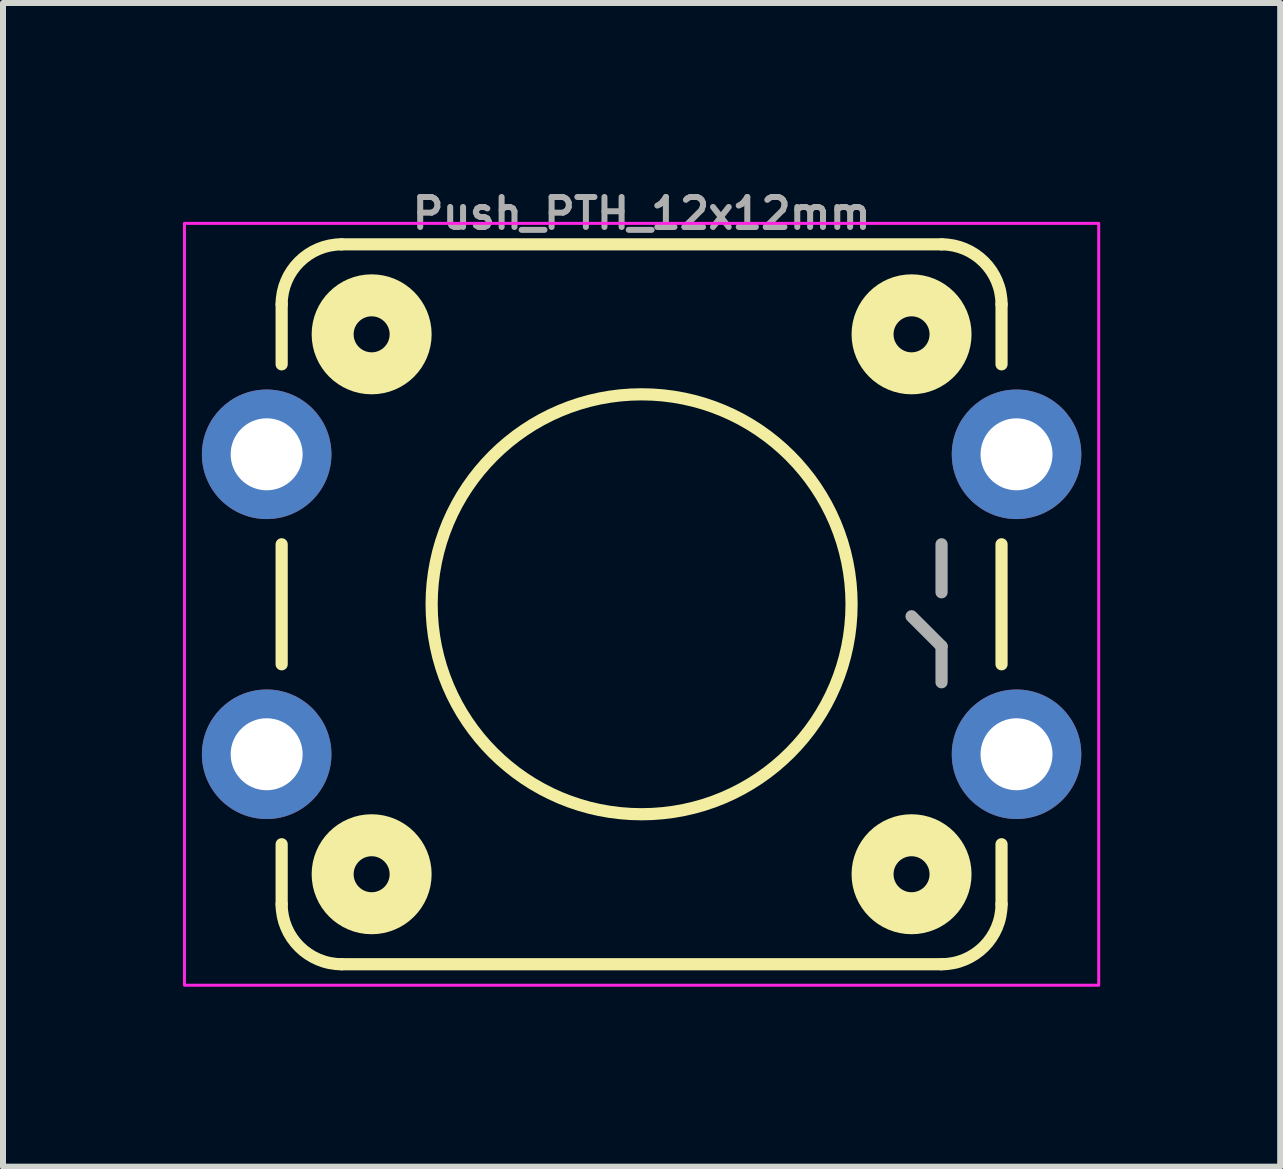
<source format=kicad_pcb>
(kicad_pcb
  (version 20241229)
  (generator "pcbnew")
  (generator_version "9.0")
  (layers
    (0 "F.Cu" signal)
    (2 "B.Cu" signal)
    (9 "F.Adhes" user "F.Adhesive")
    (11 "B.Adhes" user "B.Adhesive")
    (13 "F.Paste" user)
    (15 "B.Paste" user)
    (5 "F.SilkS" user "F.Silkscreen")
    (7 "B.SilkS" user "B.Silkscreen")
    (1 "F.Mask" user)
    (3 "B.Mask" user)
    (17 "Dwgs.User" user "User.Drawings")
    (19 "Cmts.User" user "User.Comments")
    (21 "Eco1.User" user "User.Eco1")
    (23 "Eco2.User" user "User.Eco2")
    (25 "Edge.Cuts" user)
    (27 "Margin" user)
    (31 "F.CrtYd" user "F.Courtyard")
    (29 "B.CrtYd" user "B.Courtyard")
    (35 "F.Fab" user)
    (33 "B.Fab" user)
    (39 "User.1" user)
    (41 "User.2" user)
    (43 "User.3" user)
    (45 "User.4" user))
  (footprint "Push_PTH_12x12mm"
    (layer "F.Cu")
    (at 7.645 7.023)
    (property "Reference" "Push_PTH_12x12mm" (at 0 -6.223 0) (layer "F.Fab") (effects (font (size 0.5 0.5) (thickness 0.1)) (justify bottom)))
    (attr through_hole)
    (fp_line (start -6 -4) (end -6 -5) (stroke (width 0.203) (type solid)) (layer "F.SilkS"))
    (fp_line (start -6 1) (end -6 -1) (stroke (width 0.203) (type solid)) (layer "F.SilkS"))
    (fp_line (start -6 5) (end -6 4) (stroke (width 0.203) (type solid)) (layer "F.SilkS"))
    (fp_line (start -5 -6) (end 5 -6) (stroke (width 0.203) (type solid)) (layer "F.SilkS"))
    (fp_line (start 5 6) (end -5 6) (stroke (width 0.203) (type solid)) (layer "F.SilkS"))
    (fp_line (start 6 -5) (end 6 -4) (stroke (width 0.203) (type solid)) (layer "F.SilkS"))
    (fp_line (start 6 -1) (end 6 1) (stroke (width 0.203) (type solid)) (layer "F.SilkS"))
    (fp_line (start 6 4) (end 6 5) (stroke (width 0.203) (type solid)) (layer "F.SilkS"))
    (fp_arc (start -6 -5) (mid -5.707107 -5.707107) (end -5 -6) (stroke (width 0.2032) (type solid)) (layer "F.SilkS"))
    (fp_arc (start -5 6) (mid -5.707107 5.707107) (end -6 5) (stroke (width 0.2032) (type solid)) (layer "F.SilkS"))
    (fp_arc (start 5 -6) (mid 5.707107 -5.707107) (end 6 -5) (stroke (width 0.2032) (type solid)) (layer "F.SilkS"))
    (fp_arc (start 6 5) (mid 5.707107 5.707107) (end 5 6) (stroke (width 0.2032) (type solid)) (layer "F.SilkS"))
    (fp_circle (center -4.5 -4.5) (end -4.2 -4.5) (stroke (width 0.7) (type solid)) (fill no) (layer "F.SilkS"))
    (fp_circle (center -4.5 4.5) (end -4.2 4.5) (stroke (width 0.7) (type solid)) (fill no) (layer "F.SilkS"))
    (fp_circle (center 0 0) (end 3.5 0) (stroke (width 0.203) (type solid)) (fill no) (layer "F.SilkS"))
    (fp_circle (center 4.5 -4.5) (end 4.8 -4.5) (stroke (width 0.7) (type solid)) (fill no) (layer "F.SilkS"))
    (fp_circle (center 4.5 4.5) (end 4.8 4.5) (stroke (width 0.7) (type solid)) (fill no) (layer "F.SilkS"))
    (fp_rect (start 7.62 -6.35) (end -7.62 6.35) (stroke (width 0.05) (type default)) (fill no) (layer "F.CrtYd"))
    (fp_line (start 5 -0.2) (end 5 -1) (stroke (width 0.203) (type solid)) (layer "F.Fab"))
    (fp_line (start 5 0.7) (end 4.5 0.2) (stroke (width 0.203) (type solid)) (layer "F.Fab"))
    (fp_line (start 5 1.3) (end 5 0.7) (stroke (width 0.203) (type solid)) (layer "F.Fab"))
    (pad "1" thru_hole circle (at -6.25 -2.5) (size 2.159 2.159) (drill 1.2) (layers "*.Cu" "*.Mask"))
    (pad "1" thru_hole circle (at 6.25 -2.5) (size 2.159 2.159) (drill 1.2) (layers "*.Cu" "*.Mask"))
    (pad "2" thru_hole circle (at -6.25 2.5) (size 2.159 2.159) (drill 1.2) (layers "*.Cu" "*.Mask"))
    (pad "2" thru_hole circle (at 6.25 2.5) (size 2.159 2.159) (drill 1.2) (layers "*.Cu" "*.Mask")))
  (gr_rect
    (start -3 -3)
    (end 18.29 16.398)
    (stroke (width 0.1) (type default))
    (fill no)
    (layer "Edge.Cuts")))
</source>
